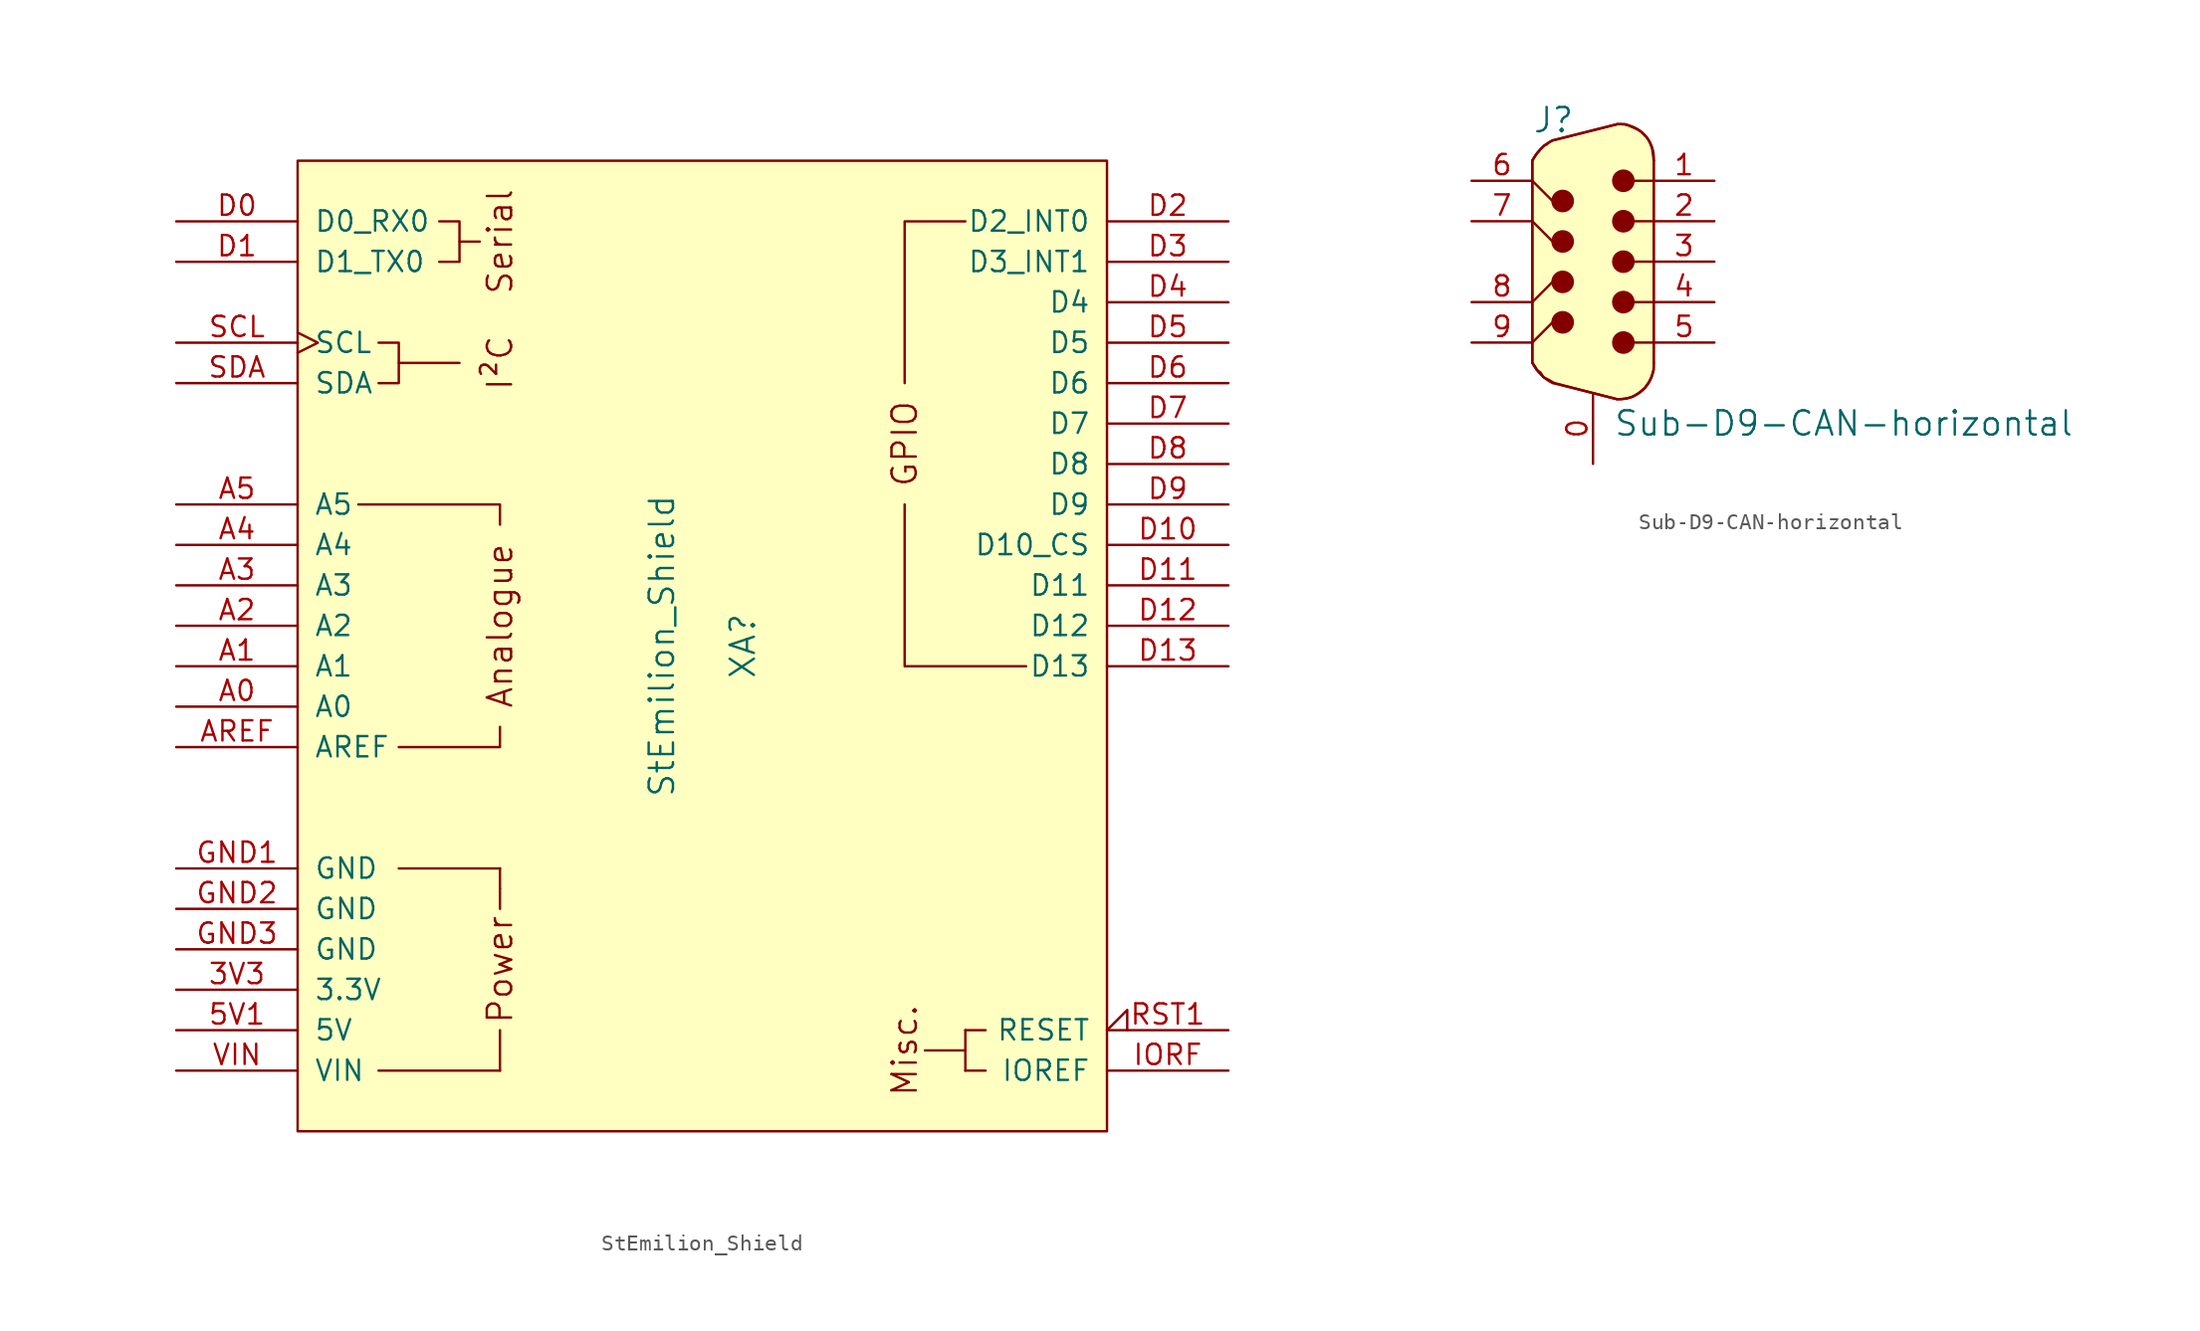
<source format=kicad_sym>
(kicad_symbol_lib
  (version 20211014)
  (generator kicad_symbol_editor)
  (symbol "StEmilion_Shield"
    (pin_names
      (offset 1.016))
    (property "Reference" "XA"
      (at 2.54 0 90)
      (effects (font (size 1.524 1.524))))
    (property "Value" "StEmilion_Shield"
      (at -2.54 0 90)
      (effects (font (size 1.524 1.524))))
    (symbol "StEmilion_Shield_0_0"
      (rectangle (start -25.4 30.48) (end 25.4 -30.48) (stroke (width 0) (type default) (color 0 0 0 0)) (fill (type background)))
      (rectangle (start -20.32 -26.67) (end -12.7 -26.67) (stroke (width 0) (type default) (color 0 0 0 0)) (fill (type none)))
      (rectangle (start -19.05 -13.97) (end -12.7 -13.97) (stroke (width 0) (type default) (color 0 0 0 0)) (fill (type none)))
      (polyline (pts (xy -19.05 17.78) (xy -15.24 17.78)) (stroke (width 0) (type default) (color 0 0 0 0)) (fill (type none)))
      (polyline (pts (xy -15.24 25.4) (xy -13.97 25.4)) (stroke (width 0) (type default) (color 0 0 0 0)) (fill (type none)))
      (polyline (pts (xy -12.7 -26.67) (xy -12.7 -24.13)) (stroke (width 0) (type default) (color 0 0 0 0)) (fill (type none)))
      (polyline (pts (xy -12.7 -15.24) (xy -12.7 -16.51)) (stroke (width 0) (type default) (color 0 0 0 0)) (fill (type none)))
      (polyline (pts (xy -12.7 -13.97) (xy -12.7 -15.24)) (stroke (width 0) (type default) (color 0 0 0 0)) (fill (type none)))
      (polyline (pts (xy -12.7 -5.08) (xy -12.7 -6.35) (xy -19.05 -6.35)) (stroke (width 0) (type default) (color 0 0 0 0)) (fill (type none)))
      (polyline (pts (xy -12.7 7.62) (xy -12.7 8.89) (xy -21.59 8.89)) (stroke (width 0) (type default) (color 0 0 0 0)) (fill (type none)))
      (polyline (pts (xy 12.7 8.89) (xy 12.7 -1.27) (xy 20.32 -1.27)) (stroke (width 0) (type default) (color 0 0 0 0)) (fill (type none)))
      (polyline (pts (xy 12.7 16.51) (xy 12.7 26.67) (xy 16.51 26.67)) (stroke (width 0) (type default) (color 0 0 0 0)) (fill (type none)))
      (polyline (pts (xy -20.32 19.05) (xy -19.05 19.05) (xy -19.05 16.51) (xy -20.32 16.51)) (stroke (width 0) (type default) (color 0 0 0 0)) (fill (type none)))
      (polyline (pts (xy -16.51 26.67) (xy -15.24 26.67) (xy -15.24 24.13) (xy -16.51 24.13)) (stroke (width 0) (type default) (color 0 0 0 0)) (fill (type none)))
      (rectangle (start 16.51 -25.4) (end 13.97 -25.4) (stroke (width 0) (type default) (color 0 0 0 0)) (fill (type none)))
      (rectangle (start 16.51 -24.13) (end 16.51 -26.67) (stroke (width 0) (type default) (color 0 0 0 0)) (fill (type none)))
      (rectangle (start 17.78 -26.67) (end 16.51 -26.67) (stroke (width 0) (type default) (color 0 0 0 0)) (fill (type none)))
      (rectangle (start 17.78 -24.13) (end 16.51 -24.13) (stroke (width 0) (type default) (color 0 0 0 0)) (fill (type none)))
      (text "Analogue" (at -12.7 1.27 900) (effects (font (size 1.524 1.524))))
      (text "I²C" (at -12.7 17.78 900) (effects (font (size 1.524 1.524))))
      (text "Misc." (at 12.7 -25.4 900) (effects (font (size 1.524 1.524))))
      (text "Power" (at -12.7 -20.32 900) (effects (font (size 1.524 1.524))))
      (text "Serial" (at -12.7 25.4 900) (effects (font (size 1.524 1.524)))))
    (symbol "StEmilion_Shield_1_0"
      (text "GPIO" (at 12.7 12.7 900) (effects (font (size 1.524 1.524)))))
    (symbol "StEmilion_Shield_1_1"
      (pin power_in line (at -33.02 -21.59 0) (length 7.62) (name "3.3V" (effects (font (size 1.27 1.27)))) (number "3V3" (effects (font (size 1.27 1.27)))))
      (pin power_in line (at -33.02 -24.13 0) (length 7.62) (name "5V" (effects (font (size 1.27 1.27)))) (number "5V1" (effects (font (size 1.27 1.27)))))
      (pin bidirectional line (at -33.02 -3.81 0) (length 7.62) (name "A0" (effects (font (size 1.27 1.27)))) (number "A0" (effects (font (size 1.27 1.27)))))
      (pin bidirectional line (at -33.02 -1.27 0) (length 7.62) (name "A1" (effects (font (size 1.27 1.27)))) (number "A1" (effects (font (size 1.27 1.27)))))
      (pin bidirectional line (at -33.02 1.27 0) (length 7.62) (name "A2" (effects (font (size 1.27 1.27)))) (number "A2" (effects (font (size 1.27 1.27)))))
      (pin bidirectional line (at -33.02 3.81 0) (length 7.62) (name "A3" (effects (font (size 1.27 1.27)))) (number "A3" (effects (font (size 1.27 1.27)))))
      (pin bidirectional line (at -33.02 6.35 0) (length 7.62) (name "A4" (effects (font (size 1.27 1.27)))) (number "A4" (effects (font (size 1.27 1.27)))))
      (pin bidirectional line (at -33.02 8.89 0) (length 7.62) (name "A5" (effects (font (size 1.27 1.27)))) (number "A5" (effects (font (size 1.27 1.27)))))
      (pin input line (at -33.02 -6.35 0) (length 7.62) (name "AREF" (effects (font (size 1.27 1.27)))) (number "AREF" (effects (font (size 1.27 1.27)))))
      (pin bidirectional line (at -33.02 26.67 0) (length 7.62) (name "D0_RX0" (effects (font (size 1.27 1.27)))) (number "D0" (effects (font (size 1.27 1.27)))))
      (pin bidirectional line (at -33.02 24.13 0) (length 7.62) (name "D1_TX0" (effects (font (size 1.27 1.27)))) (number "D1" (effects (font (size 1.27 1.27)))))
      (pin bidirectional line (at 33.02 6.35 180) (length 7.62) (name "D10_CS" (effects (font (size 1.27 1.27)))) (number "D10" (effects (font (size 1.27 1.27)))))
      (pin bidirectional line (at 33.02 3.81 180) (length 7.62) (name "D11" (effects (font (size 1.27 1.27)))) (number "D11" (effects (font (size 1.27 1.27)))))
      (pin bidirectional line (at 33.02 1.27 180) (length 7.62) (name "D12" (effects (font (size 1.27 1.27)))) (number "D12" (effects (font (size 1.27 1.27)))))
      (pin bidirectional line (at 33.02 -1.27 180) (length 7.62) (name "D13" (effects (font (size 1.27 1.27)))) (number "D13" (effects (font (size 1.27 1.27)))))
      (pin bidirectional line (at 33.02 26.67 180) (length 7.62) (name "D2_INT0" (effects (font (size 1.27 1.27)))) (number "D2" (effects (font (size 1.27 1.27)))))
      (pin bidirectional line (at 33.02 24.13 180) (length 7.62) (name "D3_INT1" (effects (font (size 1.27 1.27)))) (number "D3" (effects (font (size 1.27 1.27)))))
      (pin bidirectional line (at 33.02 21.59 180) (length 7.62) (name "D4" (effects (font (size 1.27 1.27)))) (number "D4" (effects (font (size 1.27 1.27)))))
      (pin bidirectional line (at 33.02 19.05 180) (length 7.62) (name "D5" (effects (font (size 1.27 1.27)))) (number "D5" (effects (font (size 1.27 1.27)))))
      (pin bidirectional line (at 33.02 16.51 180) (length 7.62) (name "D6" (effects (font (size 1.27 1.27)))) (number "D6" (effects (font (size 1.27 1.27)))))
      (pin bidirectional line (at 33.02 13.97 180) (length 7.62) (name "D7" (effects (font (size 1.27 1.27)))) (number "D7" (effects (font (size 1.27 1.27)))))
      (pin bidirectional line (at 33.02 11.43 180) (length 7.62) (name "D8" (effects (font (size 1.27 1.27)))) (number "D8" (effects (font (size 1.27 1.27)))))
      (pin bidirectional line (at 33.02 8.89 180) (length 7.62) (name "D9" (effects (font (size 1.27 1.27)))) (number "D9" (effects (font (size 1.27 1.27)))))
      (pin power_in line (at -33.02 -13.97 0) (length 7.62) (name "GND" (effects (font (size 1.27 1.27)))) (number "GND1" (effects (font (size 1.27 1.27)))))
      (pin power_in line (at -33.02 -16.51 0) (length 7.62) (name "GND" (effects (font (size 1.27 1.27)))) (number "GND2" (effects (font (size 1.27 1.27)))))
      (pin power_in line (at -33.02 -19.05 0) (length 7.62) (name "GND" (effects (font (size 1.27 1.27)))) (number "GND3" (effects (font (size 1.27 1.27)))))
      (pin output line (at 33.02 -26.67 180) (length 7.62) (name "IOREF" (effects (font (size 1.27 1.27)))) (number "IORF" (effects (font (size 1.27 1.27)))))
      (pin open_collector input_low (at 33.02 -24.13 180) (length 7.62) (name "RESET" (effects (font (size 1.27 1.27)))) (number "RST1" (effects (font (size 1.27 1.27)))))
      (pin bidirectional clock (at -33.02 19.05 0) (length 7.62) (name "SCL" (effects (font (size 1.27 1.27)))) (number "SCL" (effects (font (size 1.27 1.27)))))
      (pin bidirectional line (at -33.02 16.51 0) (length 7.62) (name "SDA" (effects (font (size 1.27 1.27)))) (number "SDA" (effects (font (size 1.27 1.27)))))
      (pin power_in line (at -33.02 -26.67 0) (length 7.62) (name "VIN" (effects (font (size 1.27 1.27)))) (number "VIN" (effects (font (size 1.27 1.27)))))))
  (symbol "Sub-D9-CAN-horizontal"
    (pin_names
      (offset 1.016))
    (property "Reference" "J"
      (at -3.81 8.89 0)
      (effects (font (size 1.524 1.524)) (justify left)))
    (property "Value" "Sub-D9-CAN-horizontal"
      (at 1.27 -10.16 0)
      (effects (font (size 1.524 1.524)) (justify left)))
    (symbol "Sub-D9-CAN-horizontal_0_1"
      (circle (center -1.905 -3.81) (radius 0.635) (stroke (width 0) (type default) (color 0 0 0 0)) (fill (type outline)))
      (circle (center -1.905 -1.27) (radius 0.635) (stroke (width 0) (type default) (color 0 0 0 0)) (fill (type outline)))
      (circle (center -1.905 1.27) (radius 0.635) (stroke (width 0) (type default) (color 0 0 0 0)) (fill (type outline)))
      (circle (center -1.905 3.81) (radius 0.635) (stroke (width 0) (type default) (color 0 0 0 0)) (fill (type outline)))
      (polyline (pts (xy -3.81 -5.08) (xy -2.54 -3.81)) (stroke (width 0) (type default) (color 0 0 0 0)) (fill (type none)))
      (polyline (pts (xy -3.81 -2.54) (xy -2.54 -1.27)) (stroke (width 0) (type default) (color 0 0 0 0)) (fill (type none)))
      (polyline (pts (xy -3.81 2.54) (xy -2.54 1.27)) (stroke (width 0) (type default) (color 0 0 0 0)) (fill (type none)))
      (polyline (pts (xy -3.81 5.08) (xy -2.54 3.81)) (stroke (width 0) (type default) (color 0 0 0 0)) (fill (type none)))
      (polyline (pts (xy 3.81 -5.08) (xy 2.54 -5.08)) (stroke (width 0) (type default) (color 0 0 0 0)) (fill (type none)))
      (polyline (pts (xy 3.81 -2.54) (xy 2.54 -2.54)) (stroke (width 0) (type default) (color 0 0 0 0)) (fill (type none)))
      (polyline (pts (xy 3.81 0) (xy 2.54 0)) (stroke (width 0) (type default) (color 0 0 0 0)) (fill (type none)))
      (polyline (pts (xy 3.81 2.54) (xy 2.54 2.54)) (stroke (width 0) (type default) (color 0 0 0 0)) (fill (type none)))
      (polyline (pts (xy 3.81 5.08) (xy 2.54 5.08)) (stroke (width 0) (type default) (color 0 0 0 0)) (fill (type none)))
      (circle (center 1.905 -5.08) (radius 0.635) (stroke (width 0) (type default) (color 0 0 0 0)) (fill (type outline)))
      (circle (center 1.905 -2.54) (radius 0.635) (stroke (width 0) (type default) (color 0 0 0 0)) (fill (type outline)))
      (circle (center 1.905 0) (radius 0.635) (stroke (width 0) (type default) (color 0 0 0 0)) (fill (type outline)))
      (circle (center 1.905 2.54) (radius 0.635) (stroke (width 0) (type default) (color 0 0 0 0)) (fill (type outline)))
      (circle (center 1.905 5.08) (radius 0.635) (stroke (width 0) (type default) (color 0 0 0 0)) (fill (type outline))))
    (symbol "Sub-D9-CAN-horizontal_1_1"
      (arc (start -3.81 -6.35) (mid -3.278 -7.088) (end -2.54 -7.62) (stroke (width 0) (type default) (color 0 0 0 0)) (fill (type none)))
      (arc (start -2.54 7.62) (mid -3.278 7.088) (end -3.81 6.35) (stroke (width 0) (type default) (color 0 0 0 0)) (fill (type none)))
      (polyline (pts (xy -3.81 6.35) (xy -3.81 -6.35)) (stroke (width 0) (type default) (color 0 0 0 0)) (fill (type background)))
      (polyline (pts (xy -2.54 7.62) (xy 1.524 8.636)) (stroke (width 0) (type default) (color 0 0 0 0)) (fill (type background)))
      (polyline (pts (xy 1.524 -8.636) (xy -2.54 -7.62)) (stroke (width 0) (type default) (color 0 0 0 0)) (fill (type background)))
      (polyline (pts (xy 3.81 6.35) (xy 3.81 -6.35)) (stroke (width 0) (type default) (color 0 0 0 0)) (fill (type background)))
      (polyline (pts (xy -2.54 7.62) (xy -2.794 7.468) (xy -2.896 7.366) (xy -3.048 7.315) (xy -3.2 7.163) (xy -3.302 7.061) (xy -3.404 6.909) (xy -3.505 6.807) (xy -3.607 6.655) (xy -3.708 6.502) (xy -3.81 6.35) (xy -3.81 -6.35) (xy -3.658 -6.553) (xy -3.505 -6.807) (xy -3.302 -6.96) (xy -3.099 -7.264) (xy -2.794 -7.417) (xy -2.438 -7.62) (xy 1.473 -8.636) (xy 1.727 -8.636) (xy 2.134 -8.585) (xy 2.489 -8.484) (xy 2.896 -8.23) (xy 3.251 -7.925) (xy 3.505 -7.569) (xy 3.658 -7.264) (xy 3.81 -6.807) (xy 3.81 -6.35) (xy 3.81 6.35) (xy 3.759 6.756) (xy 3.708 7.112) (xy 3.556 7.518) (xy 3.404 7.772) (xy 3.2 7.976) (xy 2.997 8.179) (xy 2.743 8.331) (xy 2.388 8.484) (xy 2.032 8.636) (xy 1.778 8.636) (xy 1.524 8.636) (xy -2.489 7.62)) (stroke (width 0) (type default) (color 0 0 0 0)) (fill (type background)))
      (arc (start 1.524 -8.636) (mid 3.1896 -8.0073) (end 3.81 -6.35) (stroke (width 0) (type default) (color 0 0 0 0)) (fill (type none)))
      (arc (start 3.81 6.35) (mid 3.1813 8.0156) (end 1.524 8.636) (stroke (width 0) (type default) (color 0 0 0 0)) (fill (type none)))
      (pin passive line (at 0 -12.7 90) (length 4.445) (name "~" (effects (font (size 1.27 1.27)))) (number "0" (effects (font (size 1.27 1.27)))))
      (pin passive line (at 7.62 5.08 180) (length 3.81) (name "~" (effects (font (size 1.27 1.27)))) (number "1" (effects (font (size 1.27 1.27)))))
      (pin passive line (at 7.62 2.54 180) (length 3.81) (name "~" (effects (font (size 1.27 1.27)))) (number "2" (effects (font (size 1.27 1.27)))))
      (pin passive line (at 7.62 0 180) (length 3.81) (name "~" (effects (font (size 1.27 1.27)))) (number "3" (effects (font (size 1.27 1.27)))))
      (pin passive line (at 7.62 -2.54 180) (length 3.81) (name "~" (effects (font (size 1.27 1.27)))) (number "4" (effects (font (size 1.27 1.27)))))
      (pin passive line (at 7.62 -5.08 180) (length 3.81) (name "~" (effects (font (size 1.27 1.27)))) (number "5" (effects (font (size 1.27 1.27)))))
      (pin passive line (at -7.62 5.08 0) (length 3.81) (name "~" (effects (font (size 1.27 1.27)))) (number "6" (effects (font (size 1.27 1.27)))))
      (pin passive line (at -7.62 2.54 0) (length 3.81) (name "~" (effects (font (size 1.27 1.27)))) (number "7" (effects (font (size 1.27 1.27)))))
      (pin passive line (at -7.62 -2.54 0) (length 3.81) (name "~" (effects (font (size 1.27 1.27)))) (number "8" (effects (font (size 1.27 1.27)))))
      (pin passive line (at -7.62 -5.08 0) (length 3.81) (name "~" (effects (font (size 1.27 1.27)))) (number "9" (effects (font (size 1.27 1.27))))))))
</source>
